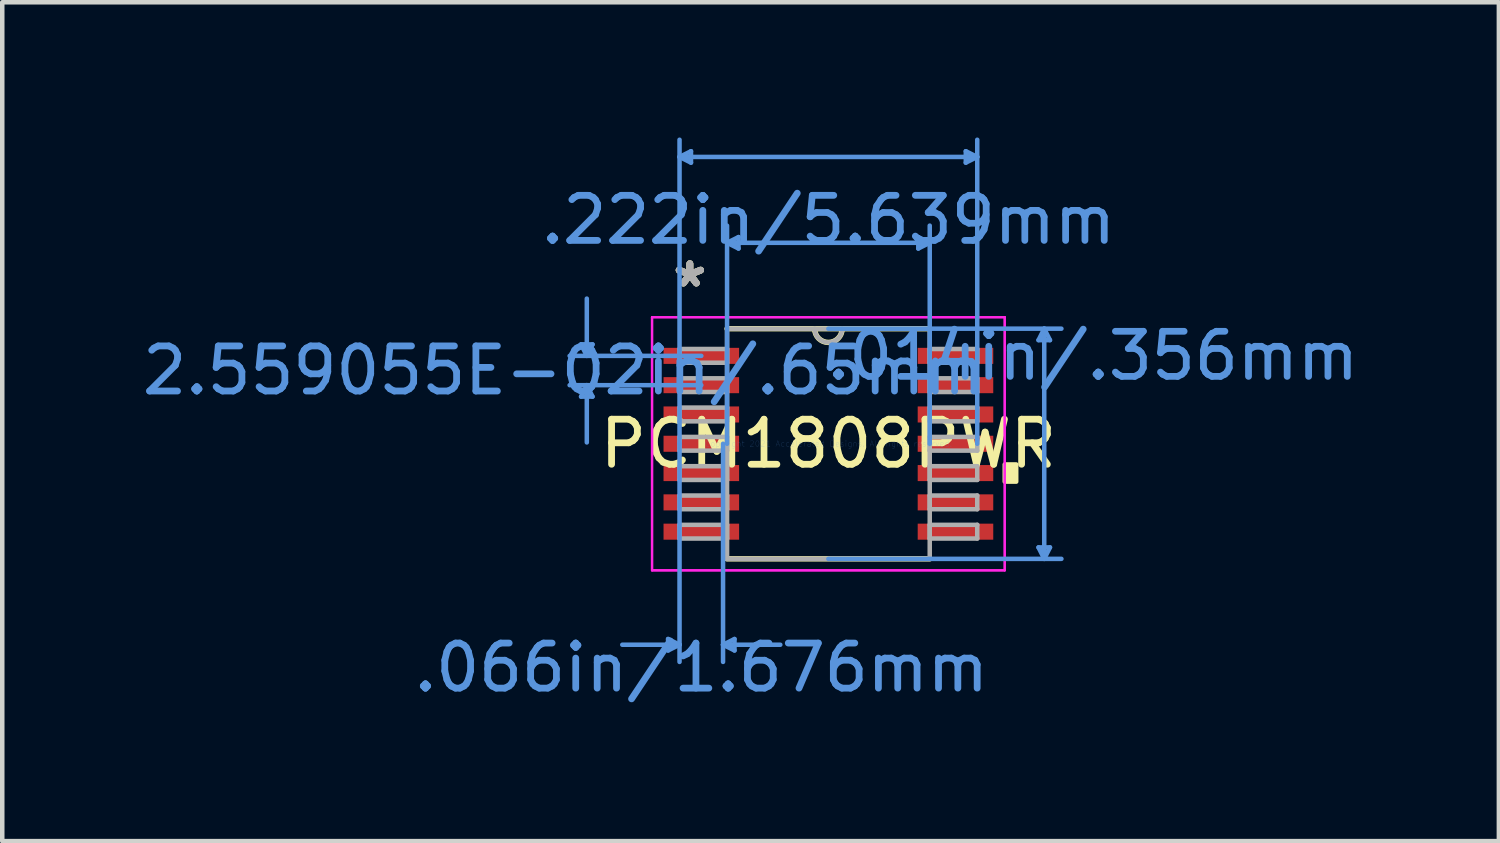
<source format=kicad_pcb>
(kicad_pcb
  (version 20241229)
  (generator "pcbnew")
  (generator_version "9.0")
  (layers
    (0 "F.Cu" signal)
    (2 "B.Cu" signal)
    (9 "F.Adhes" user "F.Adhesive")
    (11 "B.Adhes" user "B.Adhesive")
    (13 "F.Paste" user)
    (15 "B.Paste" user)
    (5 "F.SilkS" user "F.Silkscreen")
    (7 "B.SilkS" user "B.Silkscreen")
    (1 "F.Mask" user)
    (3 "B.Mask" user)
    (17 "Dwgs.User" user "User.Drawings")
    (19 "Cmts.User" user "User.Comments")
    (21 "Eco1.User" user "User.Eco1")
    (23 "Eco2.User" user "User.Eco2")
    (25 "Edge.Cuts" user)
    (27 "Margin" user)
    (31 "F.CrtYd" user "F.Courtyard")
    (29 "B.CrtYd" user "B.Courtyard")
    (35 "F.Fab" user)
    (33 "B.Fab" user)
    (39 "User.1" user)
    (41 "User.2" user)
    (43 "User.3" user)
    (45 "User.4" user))
  (footprint "PCM1808PWR"
    (layer "F.Cu")
    (at 15.326 6.794)
    (property "Reference" "PCM1808PWR" (at 0 0 0) (layer "F.SilkS") (effects (font (size 1 1) (thickness 0.15))))
    (attr through_hole)
    (fp_line (start -2.248 2.553) (end 2.248 2.553) (stroke (width 0.12) (type solid)) (layer "F.SilkS"))
    (fp_line (start 2.248 -2.553) (end -2.248 -2.553) (stroke (width 0.12) (type solid)) (layer "F.SilkS"))
    (fp_arc (start 0.3048 -2.5527) (mid 0 -2.2479) (end -0.3048 -2.5527) (stroke (width 0.12) (type solid)) (layer "F.SilkS"))
    (fp_poly (pts (xy 4.166 0.459) (xy 4.166 0.84) (xy 3.912 0.84) (xy 3.912 0.459)) (stroke (width 0.1) (type solid)) (fill yes) (layer "F.SilkS"))
    (fp_line (start -5.486 -2.204) (end -5.232 -2.204) (stroke (width 0.1) (type solid)) (layer "Cmts.User"))
    (fp_line (start -5.486 -1.046) (end -5.232 -1.046) (stroke (width 0.1) (type solid)) (layer "Cmts.User"))
    (fp_line (start -5.359 -1.95) (end -5.486 -2.204) (stroke (width 0.1) (type solid)) (layer "Cmts.User"))
    (fp_line (start -5.359 -1.95) (end -5.359 -3.22) (stroke (width 0.1) (type solid)) (layer "Cmts.User"))
    (fp_line (start -5.359 -1.95) (end -5.232 -2.204) (stroke (width 0.1) (type solid)) (layer "Cmts.User"))
    (fp_line (start -5.359 -1.3) (end -5.486 -1.046) (stroke (width 0.1) (type solid)) (layer "Cmts.User"))
    (fp_line (start -5.359 -1.3) (end -5.359 -0.03) (stroke (width 0.1) (type solid)) (layer "Cmts.User"))
    (fp_line (start -5.359 -1.3) (end -5.232 -1.046) (stroke (width 0.1) (type solid)) (layer "Cmts.User"))
    (fp_line (start -3.556 4.331) (end -3.556 4.585) (stroke (width 0.1) (type solid)) (layer "Cmts.User"))
    (fp_line (start -3.302 -6.363) (end -3.048 -6.49) (stroke (width 0.1) (type solid)) (layer "Cmts.User"))
    (fp_line (start -3.302 -6.363) (end -3.048 -6.236) (stroke (width 0.1) (type solid)) (layer "Cmts.User"))
    (fp_line (start -3.302 -6.363) (end 3.302 -6.363) (stroke (width 0.1) (type solid)) (layer "Cmts.User"))
    (fp_line (start -3.302 0) (end -3.302 -6.744) (stroke (width 0.1) (type solid)) (layer "Cmts.User"))
    (fp_line (start -3.302 0) (end -3.302 4.839) (stroke (width 0.1) (type solid)) (layer "Cmts.User"))
    (fp_line (start -3.302 4.458) (end -4.572 4.458) (stroke (width 0.1) (type solid)) (layer "Cmts.User"))
    (fp_line (start -3.302 4.458) (end -3.556 4.331) (stroke (width 0.1) (type solid)) (layer "Cmts.User"))
    (fp_line (start -3.302 4.458) (end -3.556 4.585) (stroke (width 0.1) (type solid)) (layer "Cmts.User"))
    (fp_line (start -3.048 -6.49) (end -3.048 -6.236) (stroke (width 0.1) (type solid)) (layer "Cmts.User"))
    (fp_line (start -2.819 -1.95) (end -5.74 -1.95) (stroke (width 0.1) (type solid)) (layer "Cmts.User"))
    (fp_line (start -2.819 -1.3) (end -5.74 -1.3) (stroke (width 0.1) (type solid)) (layer "Cmts.User"))
    (fp_line (start -2.337 0) (end -2.337 4.839) (stroke (width 0.1) (type solid)) (layer "Cmts.User"))
    (fp_line (start -2.337 4.458) (end -2.083 4.331) (stroke (width 0.1) (type solid)) (layer "Cmts.User"))
    (fp_line (start -2.337 4.458) (end -2.083 4.585) (stroke (width 0.1) (type solid)) (layer "Cmts.User"))
    (fp_line (start -2.337 4.458) (end -1.067 4.458) (stroke (width 0.1) (type solid)) (layer "Cmts.User"))
    (fp_line (start -2.248 -4.458) (end -1.994 -4.585) (stroke (width 0.1) (type solid)) (layer "Cmts.User"))
    (fp_line (start -2.248 -4.458) (end -1.994 -4.331) (stroke (width 0.1) (type solid)) (layer "Cmts.User"))
    (fp_line (start -2.248 -4.458) (end 2.248 -4.458) (stroke (width 0.1) (type solid)) (layer "Cmts.User"))
    (fp_line (start -2.248 0) (end -2.248 -4.839) (stroke (width 0.1) (type solid)) (layer "Cmts.User"))
    (fp_line (start -2.083 4.331) (end -2.083 4.585) (stroke (width 0.1) (type solid)) (layer "Cmts.User"))
    (fp_line (start -1.994 -4.585) (end -1.994 -4.331) (stroke (width 0.1) (type solid)) (layer "Cmts.User"))
    (fp_line (start 0 -2.553) (end 5.169 -2.553) (stroke (width 0.1) (type solid)) (layer "Cmts.User"))
    (fp_line (start 0 2.553) (end 5.169 2.553) (stroke (width 0.1) (type solid)) (layer "Cmts.User"))
    (fp_line (start 1.994 -4.585) (end 1.994 -4.331) (stroke (width 0.1) (type solid)) (layer "Cmts.User"))
    (fp_line (start 2.248 -4.458) (end 1.994 -4.585) (stroke (width 0.1) (type solid)) (layer "Cmts.User"))
    (fp_line (start 2.248 -4.458) (end 1.994 -4.331) (stroke (width 0.1) (type solid)) (layer "Cmts.User"))
    (fp_line (start 2.248 0) (end 2.248 -4.839) (stroke (width 0.1) (type solid)) (layer "Cmts.User"))
    (fp_line (start 3.048 -6.49) (end 3.048 -6.236) (stroke (width 0.1) (type solid)) (layer "Cmts.User"))
    (fp_line (start 3.302 -6.363) (end 3.048 -6.49) (stroke (width 0.1) (type solid)) (layer "Cmts.User"))
    (fp_line (start 3.302 -6.363) (end 3.048 -6.236) (stroke (width 0.1) (type solid)) (layer "Cmts.User"))
    (fp_line (start 3.302 0) (end 3.302 -6.744) (stroke (width 0.1) (type solid)) (layer "Cmts.User"))
    (fp_line (start 4.661 -2.299) (end 4.915 -2.299) (stroke (width 0.1) (type solid)) (layer "Cmts.User"))
    (fp_line (start 4.661 2.299) (end 4.915 2.299) (stroke (width 0.1) (type solid)) (layer "Cmts.User"))
    (fp_line (start 4.788 -2.553) (end 4.661 -2.299) (stroke (width 0.1) (type solid)) (layer "Cmts.User"))
    (fp_line (start 4.788 -2.553) (end 4.788 2.553) (stroke (width 0.1) (type solid)) (layer "Cmts.User"))
    (fp_line (start 4.788 -2.553) (end 4.915 -2.299) (stroke (width 0.1) (type solid)) (layer "Cmts.User"))
    (fp_line (start 4.788 2.553) (end 4.661 2.299) (stroke (width 0.1) (type solid)) (layer "Cmts.User"))
    (fp_line (start 4.788 2.553) (end 4.915 2.299) (stroke (width 0.1) (type solid)) (layer "Cmts.User"))
    (fp_line (start -3.912 -2.807) (end 3.912 -2.807) (stroke (width 0.05) (type solid)) (layer "F.CrtYd"))
    (fp_line (start -3.912 -2.807) (end 3.912 -2.807) (stroke (width 0.05) (type solid)) (layer "F.CrtYd"))
    (fp_line (start -3.912 2.807) (end -3.912 -2.807) (stroke (width 0.05) (type solid)) (layer "F.CrtYd"))
    (fp_line (start -3.912 2.807) (end -3.912 -2.807) (stroke (width 0.05) (type solid)) (layer "F.CrtYd"))
    (fp_line (start 3.912 -2.807) (end 3.912 2.807) (stroke (width 0.05) (type solid)) (layer "F.CrtYd"))
    (fp_line (start 3.912 -2.807) (end 3.912 2.807) (stroke (width 0.05) (type solid)) (layer "F.CrtYd"))
    (fp_line (start 3.912 2.807) (end -3.912 2.807) (stroke (width 0.05) (type solid)) (layer "F.CrtYd"))
    (fp_line (start 3.912 2.807) (end -3.912 2.807) (stroke (width 0.05) (type solid)) (layer "F.CrtYd"))
    (fp_line (start -3.302 -2.102) (end -3.302 -1.798) (stroke (width 0.1) (type solid)) (layer "F.Fab"))
    (fp_line (start -3.302 -1.798) (end -2.248 -1.798) (stroke (width 0.1) (type solid)) (layer "F.Fab"))
    (fp_line (start -3.302 -1.452) (end -3.302 -1.148) (stroke (width 0.1) (type solid)) (layer "F.Fab"))
    (fp_line (start -3.302 -1.148) (end -2.248 -1.148) (stroke (width 0.1) (type solid)) (layer "F.Fab"))
    (fp_line (start -3.302 -0.802) (end -3.302 -0.498) (stroke (width 0.1) (type solid)) (layer "F.Fab"))
    (fp_line (start -3.302 -0.498) (end -2.248 -0.498) (stroke (width 0.1) (type solid)) (layer "F.Fab"))
    (fp_line (start -3.302 -0.152) (end -3.302 0.152) (stroke (width 0.1) (type solid)) (layer "F.Fab"))
    (fp_line (start -3.302 0.152) (end -2.248 0.152) (stroke (width 0.1) (type solid)) (layer "F.Fab"))
    (fp_line (start -3.302 0.498) (end -3.302 0.802) (stroke (width 0.1) (type solid)) (layer "F.Fab"))
    (fp_line (start -3.302 0.802) (end -2.248 0.802) (stroke (width 0.1) (type solid)) (layer "F.Fab"))
    (fp_line (start -3.302 1.148) (end -3.302 1.452) (stroke (width 0.1) (type solid)) (layer "F.Fab"))
    (fp_line (start -3.302 1.452) (end -2.248 1.452) (stroke (width 0.1) (type solid)) (layer "F.Fab"))
    (fp_line (start -3.302 1.798) (end -3.302 2.102) (stroke (width 0.1) (type solid)) (layer "F.Fab"))
    (fp_line (start -3.302 2.102) (end -2.248 2.102) (stroke (width 0.1) (type solid)) (layer "F.Fab"))
    (fp_line (start -2.248 -2.553) (end -2.248 2.553) (stroke (width 0.1) (type solid)) (layer "F.Fab"))
    (fp_line (start -2.248 -2.102) (end -3.302 -2.102) (stroke (width 0.1) (type solid)) (layer "F.Fab"))
    (fp_line (start -2.248 -1.798) (end -2.248 -2.102) (stroke (width 0.1) (type solid)) (layer "F.Fab"))
    (fp_line (start -2.248 -1.452) (end -3.302 -1.452) (stroke (width 0.1) (type solid)) (layer "F.Fab"))
    (fp_line (start -2.248 -1.148) (end -2.248 -1.452) (stroke (width 0.1) (type solid)) (layer "F.Fab"))
    (fp_line (start -2.248 -0.802) (end -3.302 -0.802) (stroke (width 0.1) (type solid)) (layer "F.Fab"))
    (fp_line (start -2.248 -0.498) (end -2.248 -0.802) (stroke (width 0.1) (type solid)) (layer "F.Fab"))
    (fp_line (start -2.248 -0.152) (end -3.302 -0.152) (stroke (width 0.1) (type solid)) (layer "F.Fab"))
    (fp_line (start -2.248 0.152) (end -2.248 -0.152) (stroke (width 0.1) (type solid)) (layer "F.Fab"))
    (fp_line (start -2.248 0.498) (end -3.302 0.498) (stroke (width 0.1) (type solid)) (layer "F.Fab"))
    (fp_line (start -2.248 0.802) (end -2.248 0.498) (stroke (width 0.1) (type solid)) (layer "F.Fab"))
    (fp_line (start -2.248 1.148) (end -3.302 1.148) (stroke (width 0.1) (type solid)) (layer "F.Fab"))
    (fp_line (start -2.248 1.452) (end -2.248 1.148) (stroke (width 0.1) (type solid)) (layer "F.Fab"))
    (fp_line (start -2.248 1.798) (end -3.302 1.798) (stroke (width 0.1) (type solid)) (layer "F.Fab"))
    (fp_line (start -2.248 2.102) (end -2.248 1.798) (stroke (width 0.1) (type solid)) (layer "F.Fab"))
    (fp_line (start -2.248 2.553) (end 2.248 2.553) (stroke (width 0.1) (type solid)) (layer "F.Fab"))
    (fp_line (start 2.248 -2.553) (end -2.248 -2.553) (stroke (width 0.1) (type solid)) (layer "F.Fab"))
    (fp_line (start 2.248 -2.102) (end 2.248 -1.798) (stroke (width 0.1) (type solid)) (layer "F.Fab"))
    (fp_line (start 2.248 -1.798) (end 3.302 -1.798) (stroke (width 0.1) (type solid)) (layer "F.Fab"))
    (fp_line (start 2.248 -1.452) (end 2.248 -1.148) (stroke (width 0.1) (type solid)) (layer "F.Fab"))
    (fp_line (start 2.248 -1.148) (end 3.302 -1.148) (stroke (width 0.1) (type solid)) (layer "F.Fab"))
    (fp_line (start 2.248 -0.802) (end 2.248 -0.498) (stroke (width 0.1) (type solid)) (layer "F.Fab"))
    (fp_line (start 2.248 -0.498) (end 3.302 -0.498) (stroke (width 0.1) (type solid)) (layer "F.Fab"))
    (fp_line (start 2.248 -0.152) (end 2.248 0.152) (stroke (width 0.1) (type solid)) (layer "F.Fab"))
    (fp_line (start 2.248 0.152) (end 3.302 0.152) (stroke (width 0.1) (type solid)) (layer "F.Fab"))
    (fp_line (start 2.248 0.498) (end 2.248 0.802) (stroke (width 0.1) (type solid)) (layer "F.Fab"))
    (fp_line (start 2.248 0.802) (end 3.302 0.802) (stroke (width 0.1) (type solid)) (layer "F.Fab"))
    (fp_line (start 2.248 1.148) (end 2.248 1.452) (stroke (width 0.1) (type solid)) (layer "F.Fab"))
    (fp_line (start 2.248 1.452) (end 3.302 1.452) (stroke (width 0.1) (type solid)) (layer "F.Fab"))
    (fp_line (start 2.248 1.798) (end 2.248 2.102) (stroke (width 0.1) (type solid)) (layer "F.Fab"))
    (fp_line (start 2.248 2.102) (end 3.302 2.102) (stroke (width 0.1) (type solid)) (layer "F.Fab"))
    (fp_line (start 2.248 2.553) (end 2.248 -2.553) (stroke (width 0.1) (type solid)) (layer "F.Fab"))
    (fp_line (start 3.302 -2.102) (end 2.248 -2.102) (stroke (width 0.1) (type solid)) (layer "F.Fab"))
    (fp_line (start 3.302 -1.798) (end 3.302 -2.102) (stroke (width 0.1) (type solid)) (layer "F.Fab"))
    (fp_line (start 3.302 -1.452) (end 2.248 -1.452) (stroke (width 0.1) (type solid)) (layer "F.Fab"))
    (fp_line (start 3.302 -1.148) (end 3.302 -1.452) (stroke (width 0.1) (type solid)) (layer "F.Fab"))
    (fp_line (start 3.302 -0.802) (end 2.248 -0.802) (stroke (width 0.1) (type solid)) (layer "F.Fab"))
    (fp_line (start 3.302 -0.498) (end 3.302 -0.802) (stroke (width 0.1) (type solid)) (layer "F.Fab"))
    (fp_line (start 3.302 -0.152) (end 2.248 -0.152) (stroke (width 0.1) (type solid)) (layer "F.Fab"))
    (fp_line (start 3.302 0.152) (end 3.302 -0.152) (stroke (width 0.1) (type solid)) (layer "F.Fab"))
    (fp_line (start 3.302 0.498) (end 2.248 0.498) (stroke (width 0.1) (type solid)) (layer "F.Fab"))
    (fp_line (start 3.302 0.802) (end 3.302 0.498) (stroke (width 0.1) (type solid)) (layer "F.Fab"))
    (fp_line (start 3.302 1.148) (end 2.248 1.148) (stroke (width 0.1) (type solid)) (layer "F.Fab"))
    (fp_line (start 3.302 1.452) (end 3.302 1.148) (stroke (width 0.1) (type solid)) (layer "F.Fab"))
    (fp_line (start 3.302 1.798) (end 2.248 1.798) (stroke (width 0.1) (type solid)) (layer "F.Fab"))
    (fp_line (start 3.302 2.102) (end 3.302 1.798) (stroke (width 0.1) (type solid)) (layer "F.Fab"))
    (fp_arc (start 0.3048 -2.5527) (mid 0 -2.2479) (end -0.3048 -2.5527) (stroke (width 0.1) (type solid)) (layer "F.Fab"))
    (fp_text user "*" (at -3.073 -3.449 0) (layer "F.SilkS") (effects (font (size 1 1) (thickness 0.15))))
    (fp_text user "*" (at -3.073 -3.449 0) (layer "F.SilkS") (effects (font (size 1 1) (thickness 0.15))))
    (fp_text user "2.559055E-02in/.65mm" (at -5.867 -1.625 0) (layer "Cmts.User") (effects (font (size 1 1) (thickness 0.15))))
    (fp_text user ".066in/1.676mm" (at -2.819 4.966 0) (layer "Cmts.User") (effects (font (size 1 1) (thickness 0.15))))
    (fp_text user ".014in/.356mm" (at 5.867 -1.95 0) (layer "Cmts.User") (effects (font (size 1 1) (thickness 0.15))))
    (fp_text user "Copyright 2021 Accelerated Designs. All rights reserved." (at 0 0 0) (layer "Cmts.User") (effects (font (size 0.127 0.127) (thickness 0.002))))
    (fp_text user ".222in/5.639mm" (at 0 -4.966 0) (layer "Cmts.User") (effects (font (size 1 1) (thickness 0.15))))
    (fp_text user "*" (at -3.073 -3.449 0) (layer "F.Fab") (effects (font (size 1 1) (thickness 0.15))))
    (fp_text user "*" (at -3.073 -3.449 0) (layer "F.Fab") (effects (font (size 1 1) (thickness 0.15))))
    (pad "1" smd rect (at -2.819 -1.95) (size 1.676 0.356) (layers "F.Cu" "F.Mask" "F.Paste"))
    (pad "2" smd rect (at -2.819 -1.3) (size 1.676 0.356) (layers "F.Cu" "F.Mask" "F.Paste"))
    (pad "3" smd rect (at -2.819 -0.65) (size 1.676 0.356) (layers "F.Cu" "F.Mask" "F.Paste"))
    (pad "4" smd rect (at -2.819 0) (size 1.676 0.356) (layers "F.Cu" "F.Mask" "F.Paste"))
    (pad "5" smd rect (at -2.819 0.65) (size 1.676 0.356) (layers "F.Cu" "F.Mask" "F.Paste"))
    (pad "6" smd rect (at -2.819 1.3) (size 1.676 0.356) (layers "F.Cu" "F.Mask" "F.Paste"))
    (pad "7" smd rect (at -2.819 1.95) (size 1.676 0.356) (layers "F.Cu" "F.Mask" "F.Paste"))
    (pad "8" smd rect (at 2.819 1.95) (size 1.676 0.356) (layers "F.Cu" "F.Mask" "F.Paste"))
    (pad "9" smd rect (at 2.819 1.3) (size 1.676 0.356) (layers "F.Cu" "F.Mask" "F.Paste"))
    (pad "10" smd rect (at 2.819 0.65) (size 1.676 0.356) (layers "F.Cu" "F.Mask" "F.Paste"))
    (pad "11" smd rect (at 2.819 0) (size 1.676 0.356) (layers "F.Cu" "F.Mask" "F.Paste"))
    (pad "12" smd rect (at 2.819 -0.65) (size 1.676 0.356) (layers "F.Cu" "F.Mask" "F.Paste"))
    (pad "13" smd rect (at 2.819 -1.3) (size 1.676 0.356) (layers "F.Cu" "F.Mask" "F.Paste"))
    (pad "14" smd rect (at 2.819 -1.95) (size 1.676 0.356) (layers "F.Cu" "F.Mask" "F.Paste")))
  (gr_rect
    (start -3 -3)
    (end 30.199 15.608)
    (stroke (width 0.1) (type default))
    (fill no)
    (layer "Edge.Cuts")))
</source>
